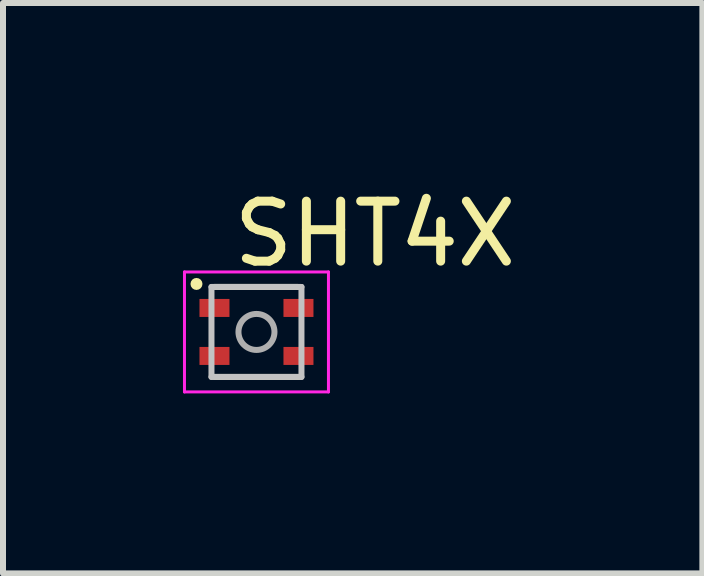
<source format=kicad_pcb>
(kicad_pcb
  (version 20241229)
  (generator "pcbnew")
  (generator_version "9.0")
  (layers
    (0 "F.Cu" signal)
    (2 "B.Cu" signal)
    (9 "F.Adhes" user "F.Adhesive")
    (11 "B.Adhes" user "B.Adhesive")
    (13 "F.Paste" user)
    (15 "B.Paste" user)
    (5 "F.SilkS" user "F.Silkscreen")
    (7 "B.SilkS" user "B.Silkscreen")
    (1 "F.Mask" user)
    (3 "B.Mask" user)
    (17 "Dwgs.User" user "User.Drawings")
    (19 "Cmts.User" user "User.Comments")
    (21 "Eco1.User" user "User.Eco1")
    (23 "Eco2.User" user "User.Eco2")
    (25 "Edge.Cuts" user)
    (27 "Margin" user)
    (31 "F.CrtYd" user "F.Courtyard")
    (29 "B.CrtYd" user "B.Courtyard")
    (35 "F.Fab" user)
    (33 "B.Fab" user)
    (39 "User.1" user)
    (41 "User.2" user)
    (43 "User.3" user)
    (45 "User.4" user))
  (footprint "SHT4X"
    (layer "F.Cu")
    (at 1.225 2.483)
    (property "Reference" "SHT4X" (at 1.975 -1.635 0) (layer "F.SilkS") (effects (font (size 1 1) (thickness 0.15))))
    (attr smd)
    (fp_line (start -0.7 -0.75) (end 0.7 -0.75) (stroke (width 0.1) (type solid)) (layer "F.SilkS"))
    (fp_line (start -0.7 0.75) (end 0.7 0.75) (stroke (width 0.1) (type solid)) (layer "F.SilkS"))
    (fp_circle (center -1 -0.8) (end -0.95 -0.8) (stroke (width 0.1) (type solid)) (fill no) (layer "F.SilkS"))
    (fp_line (start -0.75 -0.75) (end -0.75 0.75) (stroke (width 0.1) (type solid)) (layer "Dwgs.User"))
    (fp_line (start -0.75 0.75) (end 0.75 0.75) (stroke (width 0.1) (type solid)) (layer "Dwgs.User"))
    (fp_line (start 0.75 -0.75) (end -0.75 -0.75) (stroke (width 0.1) (type solid)) (layer "Dwgs.User"))
    (fp_line (start 0.75 0.75) (end 0.75 -0.75) (stroke (width 0.1) (type solid)) (layer "Dwgs.User"))
    (fp_line (start -1.2 -1) (end -1.2 1) (stroke (width 0.05) (type solid)) (layer "F.CrtYd"))
    (fp_line (start -1.2 1) (end 1.2 1) (stroke (width 0.05) (type solid)) (layer "F.CrtYd"))
    (fp_line (start 1.2 -1) (end -1.2 -1) (stroke (width 0.05) (type solid)) (layer "F.CrtYd"))
    (fp_line (start 1.2 1) (end 1.2 -1) (stroke (width 0.05) (type solid)) (layer "F.CrtYd"))
    (fp_circle (center 0 0) (end 0.3 0) (stroke (width 0.1) (type solid)) (fill no) (layer "F.Fab"))
    (pad "1" smd rect (at -0.7 -0.4) (size 0.5 0.3) (layers "F.Cu" "F.Mask" "F.Paste"))
    (pad "2" smd rect (at -0.7 0.4) (size 0.5 0.3) (layers "F.Cu" "F.Mask" "F.Paste"))
    (pad "3" smd rect (at 0.7 0.4) (size 0.5 0.3) (layers "F.Cu" "F.Mask" "F.Paste"))
    (pad "4" smd rect (at 0.7 -0.4) (size 0.5 0.3) (layers "F.Cu" "F.Mask" "F.Paste")))
  (gr_rect
    (start -3 -3)
    (end 8.658 6.508)
    (stroke (width 0.1) (type default))
    (fill no)
    (layer "Edge.Cuts")))
</source>
